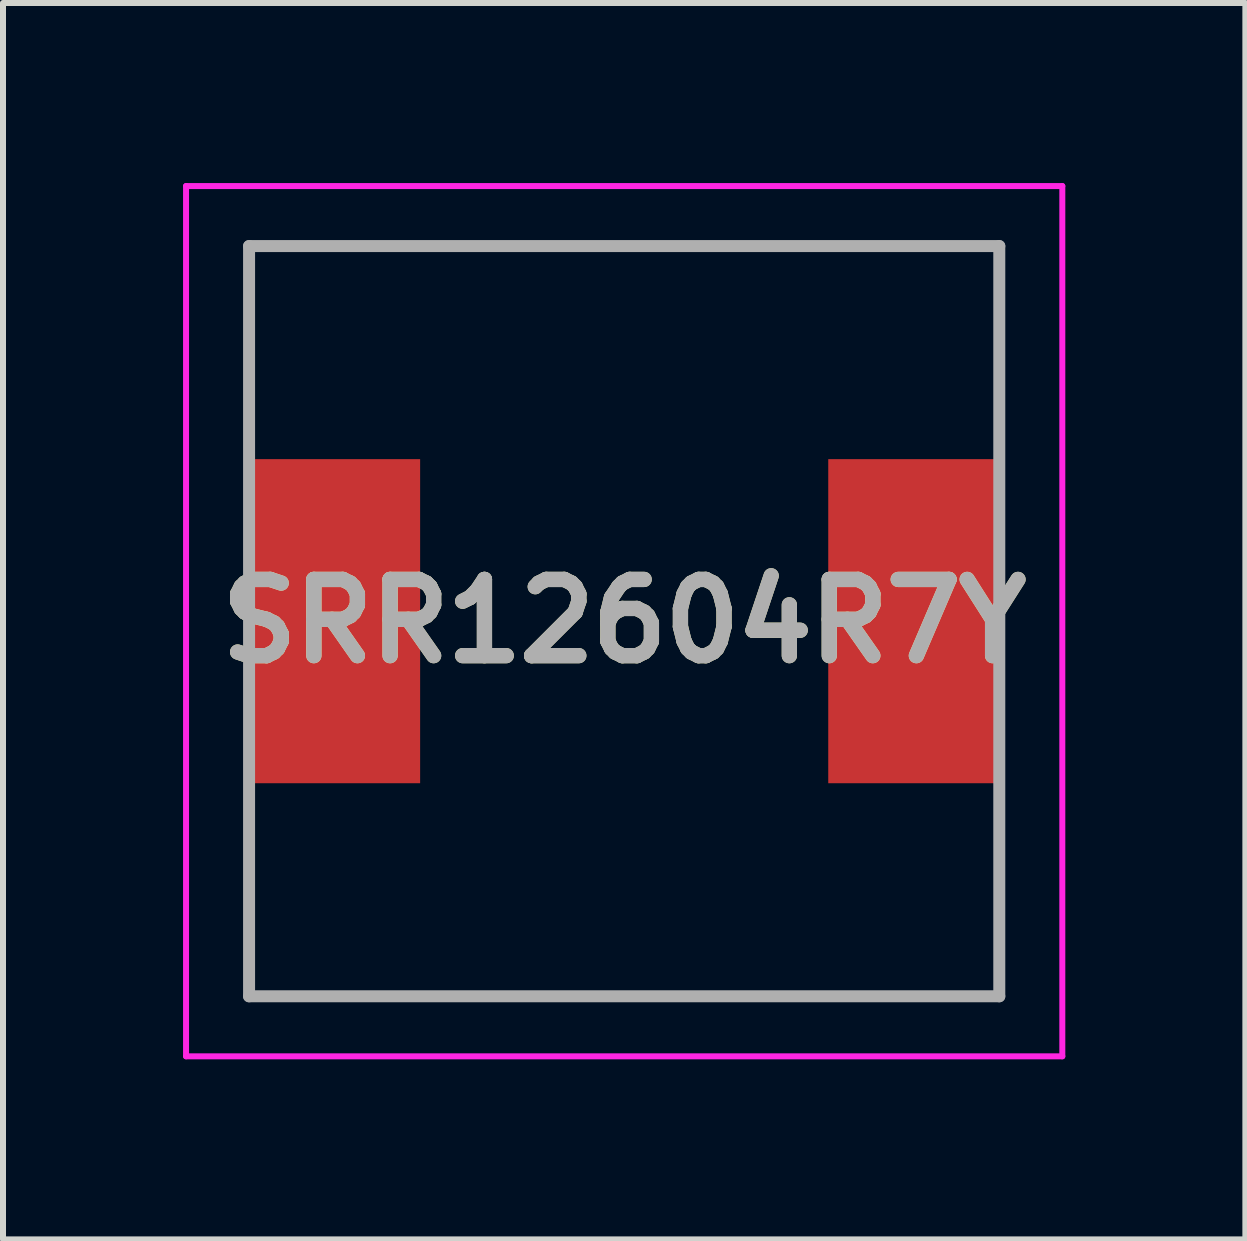
<source format=kicad_pcb>
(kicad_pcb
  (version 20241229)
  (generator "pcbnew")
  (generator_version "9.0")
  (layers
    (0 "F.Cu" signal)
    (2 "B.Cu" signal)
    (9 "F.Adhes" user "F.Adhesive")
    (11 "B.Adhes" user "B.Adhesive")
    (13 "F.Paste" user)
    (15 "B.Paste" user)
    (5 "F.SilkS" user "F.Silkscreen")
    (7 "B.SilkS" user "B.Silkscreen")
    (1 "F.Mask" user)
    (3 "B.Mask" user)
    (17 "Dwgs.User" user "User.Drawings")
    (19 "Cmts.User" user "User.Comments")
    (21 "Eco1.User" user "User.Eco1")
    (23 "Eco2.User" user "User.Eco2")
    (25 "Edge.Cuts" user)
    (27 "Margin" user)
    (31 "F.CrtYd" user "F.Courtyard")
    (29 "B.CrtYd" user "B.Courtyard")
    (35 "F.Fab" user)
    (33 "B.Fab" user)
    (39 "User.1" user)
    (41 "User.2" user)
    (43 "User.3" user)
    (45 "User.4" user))
  (footprint "SRR12604R7Y"
    (layer "F.Cu")
    (at 7.35 7.3)
    (property "Reference" "SRR12604R7Y" (at 0 0 0) (layer "F.SilkS") (effects (font (size 1.27 1.27) (thickness 0.254))))
    (attr smd)
    (fp_line (start -6.25 -6.25) (end 6.25 -6.25) (stroke (width 0.1) (type solid)) (layer "F.SilkS"))
    (fp_line (start -6.25 -3.2) (end -6.25 -6.25) (stroke (width 0.1) (type solid)) (layer "F.SilkS"))
    (fp_line (start -6.25 3.2) (end -6.25 6.25) (stroke (width 0.1) (type solid)) (layer "F.SilkS"))
    (fp_line (start -6.25 6.25) (end 6.25 6.25) (stroke (width 0.1) (type solid)) (layer "F.SilkS"))
    (fp_line (start 6.25 -6.25) (end 6.25 -3.2) (stroke (width 0.1) (type solid)) (layer "F.SilkS"))
    (fp_line (start 6.25 -3.2) (end 6.25 -3.2) (stroke (width 0.1) (type solid)) (layer "F.SilkS"))
    (fp_line (start 6.25 6.25) (end 6.25 3.2) (stroke (width 0.1) (type solid)) (layer "F.SilkS"))
    (fp_line (start -7.3 -7.25) (end 7.3 -7.25) (stroke (width 0.1) (type solid)) (layer "F.CrtYd"))
    (fp_line (start -7.3 7.25) (end -7.3 -7.25) (stroke (width 0.1) (type solid)) (layer "F.CrtYd"))
    (fp_line (start 7.3 -7.25) (end 7.3 7.25) (stroke (width 0.1) (type solid)) (layer "F.CrtYd"))
    (fp_line (start 7.3 7.25) (end -7.3 7.25) (stroke (width 0.1) (type solid)) (layer "F.CrtYd"))
    (fp_line (start -6.25 -6.25) (end 6.25 -6.25) (stroke (width 0.2) (type solid)) (layer "F.Fab"))
    (fp_line (start -6.25 6.25) (end -6.25 -6.25) (stroke (width 0.2) (type solid)) (layer "F.Fab"))
    (fp_line (start 6.25 -6.25) (end 6.25 6.25) (stroke (width 0.2) (type solid)) (layer "F.Fab"))
    (fp_line (start 6.25 6.25) (end -6.25 6.25) (stroke (width 0.2) (type solid)) (layer "F.Fab"))
    (fp_text user "${REFERENCE}" (at 0 0 0) (layer "F.Fab") (effects (font (size 1.27 1.27) (thickness 0.254))))
    (pad "1" smd rect (at -4.85 0) (size 2.9 5.4) (layers "F.Cu" "F.Mask" "F.Paste"))
    (pad "2" smd rect (at 4.85 0) (size 2.9 5.4) (layers "F.Cu" "F.Mask" "F.Paste")))
  (gr_rect
    (start -3 -3)
    (end 17.7 17.6)
    (stroke (width 0.1) (type default))
    (fill no)
    (layer "Edge.Cuts")))
</source>
